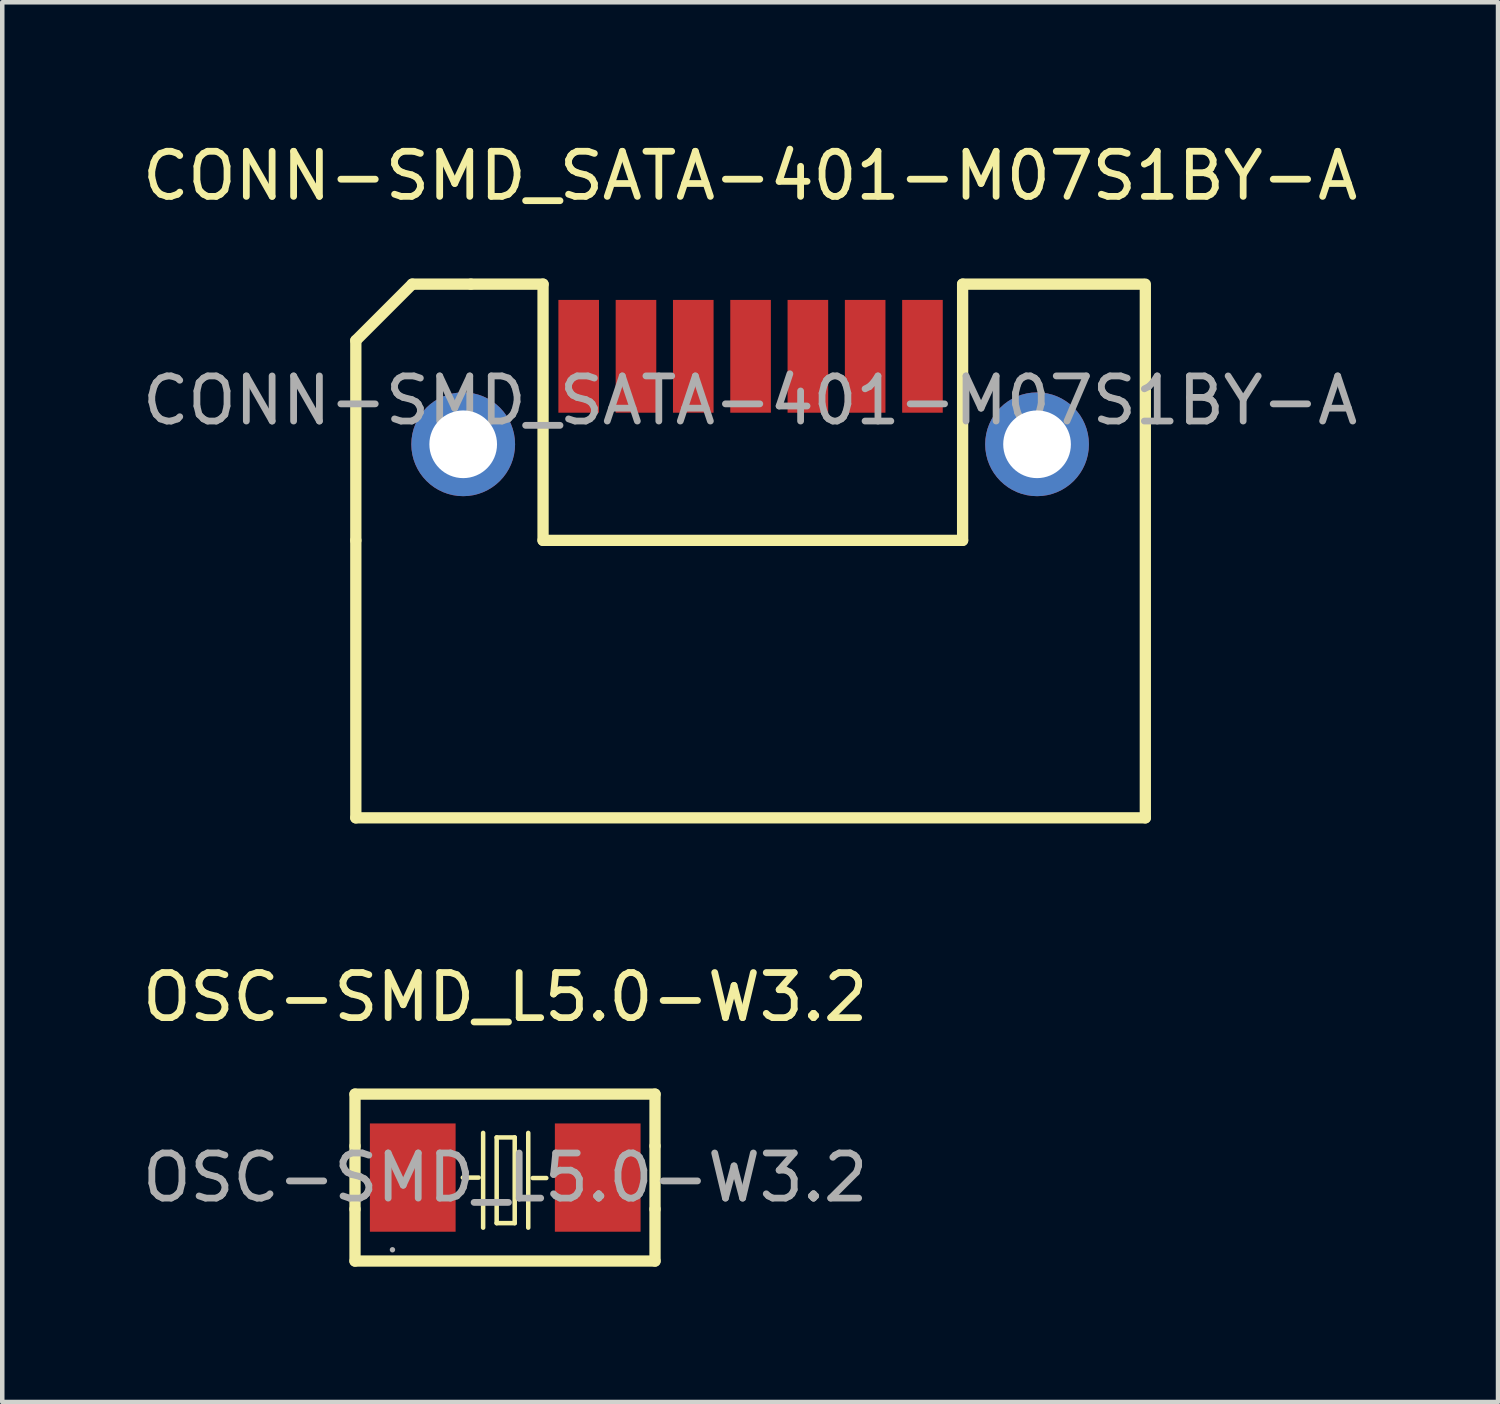
<source format=kicad_pcb>
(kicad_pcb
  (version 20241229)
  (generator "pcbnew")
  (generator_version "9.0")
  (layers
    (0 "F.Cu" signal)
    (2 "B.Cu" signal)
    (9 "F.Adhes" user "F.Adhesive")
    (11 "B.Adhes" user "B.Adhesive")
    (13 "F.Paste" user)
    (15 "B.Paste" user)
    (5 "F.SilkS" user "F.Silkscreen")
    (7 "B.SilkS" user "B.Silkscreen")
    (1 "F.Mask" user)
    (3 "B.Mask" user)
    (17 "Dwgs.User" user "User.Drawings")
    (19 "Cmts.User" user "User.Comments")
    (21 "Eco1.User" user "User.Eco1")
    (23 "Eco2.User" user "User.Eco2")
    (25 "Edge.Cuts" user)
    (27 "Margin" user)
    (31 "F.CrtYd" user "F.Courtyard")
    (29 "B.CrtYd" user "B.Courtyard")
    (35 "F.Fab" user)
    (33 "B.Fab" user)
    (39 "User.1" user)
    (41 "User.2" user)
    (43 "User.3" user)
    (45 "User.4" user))
  (footprint "OSC-SMD_L5.0-W3.2"
    (layer "F.Cu")
    (at 8.149 23.052)
    (property "Reference" "OSC-SMD_L5.0-W3.2" (at 0 -4 0) (layer "F.SilkS") (effects (font (size 1 1) (thickness 0.15))))
    (attr smd)
    (fp_line (start -3.33 -1.85) (end 3.32 -1.85) (stroke (width 0.25) (type solid)) (layer "F.SilkS"))
    (fp_line (start -3.33 -0.7) (end -3.33 -1.85) (stroke (width 0.25) (type solid)) (layer "F.SilkS"))
    (fp_line (start -3.33 0.7) (end -3.33 -0.7) (stroke (width 0.25) (type solid)) (layer "F.SilkS"))
    (fp_line (start -3.33 1.85) (end -3.33 0.7) (stroke (width 0.25) (type solid)) (layer "F.SilkS"))
    (fp_line (start -0.94 0) (end -0.59 0) (stroke (width 0.1) (type solid)) (layer "F.SilkS"))
    (fp_line (start -0.49 -0.99) (end -0.49 1.11) (stroke (width 0.1) (type solid)) (layer "F.SilkS"))
    (fp_line (start -0.19 -0.89) (end -0.19 1.01) (stroke (width 0.1) (type solid)) (layer "F.SilkS"))
    (fp_line (start -0.19 1.01) (end 0.21 1.01) (stroke (width 0.1) (type solid)) (layer "F.SilkS"))
    (fp_line (start 0.21 -0.89) (end -0.19 -0.89) (stroke (width 0.1) (type solid)) (layer "F.SilkS"))
    (fp_line (start 0.21 1.01) (end 0.21 -0.89) (stroke (width 0.1) (type solid)) (layer "F.SilkS"))
    (fp_line (start 0.51 -0.99) (end 0.51 1.11) (stroke (width 0.1) (type solid)) (layer "F.SilkS"))
    (fp_line (start 0.61 0.01) (end 0.91 0.01) (stroke (width 0.1) (type solid)) (layer "F.SilkS"))
    (fp_line (start 3.32 -1.85) (end 3.32 -0.7) (stroke (width 0.25) (type solid)) (layer "F.SilkS"))
    (fp_line (start 3.32 -0.7) (end 3.32 0.7) (stroke (width 0.25) (type solid)) (layer "F.SilkS"))
    (fp_line (start 3.32 0.7) (end 3.32 1.85) (stroke (width 0.25) (type solid)) (layer "F.SilkS"))
    (fp_line (start 3.32 1.85) (end -3.33 1.85) (stroke (width 0.25) (type solid)) (layer "F.SilkS"))
    (fp_circle (center -2.5 1.6) (end -2.47 1.6) (stroke (width 0.06) (type solid)) (fill no) (layer "F.Fab"))
    (fp_text user "${REFERENCE}" (at 0 0 0) (layer "F.Fab") (effects (font (size 1 1) (thickness 0.15))))
    (pad "1" smd rect (at -2.05 0) (size 1.9 2.4) (layers "F.Cu" "F.Mask" "F.Paste"))
    (pad "2" smd rect (at 2.05 0) (size 1.9 2.4) (layers "F.Cu" "F.Mask" "F.Paste")))
  (footprint "CONN-SMD_SATA-401-M07S1BY-A"
    (layer "F.Cu")
    (at 13.577 5.828)
    (property "Reference" "CONN-SMD_SATA-401-M07S1BY-A" (at 0 -4.98 0) (layer "F.SilkS") (effects (font (size 1 1) (thickness 0.15))))
    (attr smd)
    (fp_line (start -8.74 -1.33) (end -7.49 -2.58) (stroke (width 0.25) (type solid)) (layer "F.SilkS"))
    (fp_line (start -8.74 3.1) (end -8.74 -1.33) (stroke (width 0.25) (type solid)) (layer "F.SilkS"))
    (fp_line (start -8.74 9.25) (end -8.74 3.1) (stroke (width 0.25) (type solid)) (layer "F.SilkS"))
    (fp_line (start -8.74 9.25) (end 8.76 9.25) (stroke (width 0.25) (type solid)) (layer "F.SilkS"))
    (fp_line (start -7.49 -2.58) (end -6.19 -2.58) (stroke (width 0.25) (type solid)) (layer "F.SilkS"))
    (fp_line (start -6.19 -2.58) (end -4.59 -2.58) (stroke (width 0.25) (type solid)) (layer "F.SilkS"))
    (fp_line (start -4.59 -2.58) (end -4.59 3.1) (stroke (width 0.25) (type solid)) (layer "F.SilkS"))
    (fp_line (start -4.59 3.1) (end 4.71 3.1) (stroke (width 0.25) (type solid)) (layer "F.SilkS"))
    (fp_line (start 4.71 -2.58) (end 4.71 3.1) (stroke (width 0.25) (type solid)) (layer "F.SilkS"))
    (fp_line (start 8.71 -2.58) (end 4.71 -2.58) (stroke (width 0.25) (type solid)) (layer "F.SilkS"))
    (fp_line (start 8.76 9.25) (end 8.76 -2.58) (stroke (width 0.25) (type solid)) (layer "F.SilkS"))
    (fp_text user "${REFERENCE}" (at 0 0 0) (layer "F.Fab") (effects (font (size 1 1) (thickness 0.15))))
    (pad "1" smd rect (at -3.8 -0.98) (size 0.9 2.5) (layers "F.Cu" "F.Mask" "F.Paste"))
    (pad "2" smd rect (at -2.53 -0.98) (size 0.9 2.5) (layers "F.Cu" "F.Mask" "F.Paste"))
    (pad "3" smd rect (at -1.26 -0.98) (size 0.9 2.5) (layers "F.Cu" "F.Mask" "F.Paste"))
    (pad "4" smd rect (at 0.01 -0.98) (size 0.9 2.5) (layers "F.Cu" "F.Mask" "F.Paste"))
    (pad "5" smd rect (at 1.28 -0.98) (size 0.9 2.5) (layers "F.Cu" "F.Mask" "F.Paste"))
    (pad "6" smd rect (at 2.55 -0.98) (size 0.9 2.5) (layers "F.Cu" "F.Mask" "F.Paste"))
    (pad "7" smd rect (at 3.82 -0.98) (size 0.9 2.5) (layers "F.Cu" "F.Mask" "F.Paste"))
    (pad "8" thru_hole circle (at 6.36 0.97) (size 2.3 2.3) (drill 1.5) (layers "*.Cu" "*.Mask"))
    (pad "9" thru_hole circle (at -6.36 0.97) (size 2.3 2.3) (drill 1.5) (layers "*.Cu" "*.Mask")))
  (gr_rect
    (start -3 -3)
    (end 30.155 28.026)
    (stroke (width 0.1) (type default))
    (fill no)
    (layer "Edge.Cuts")))
</source>
